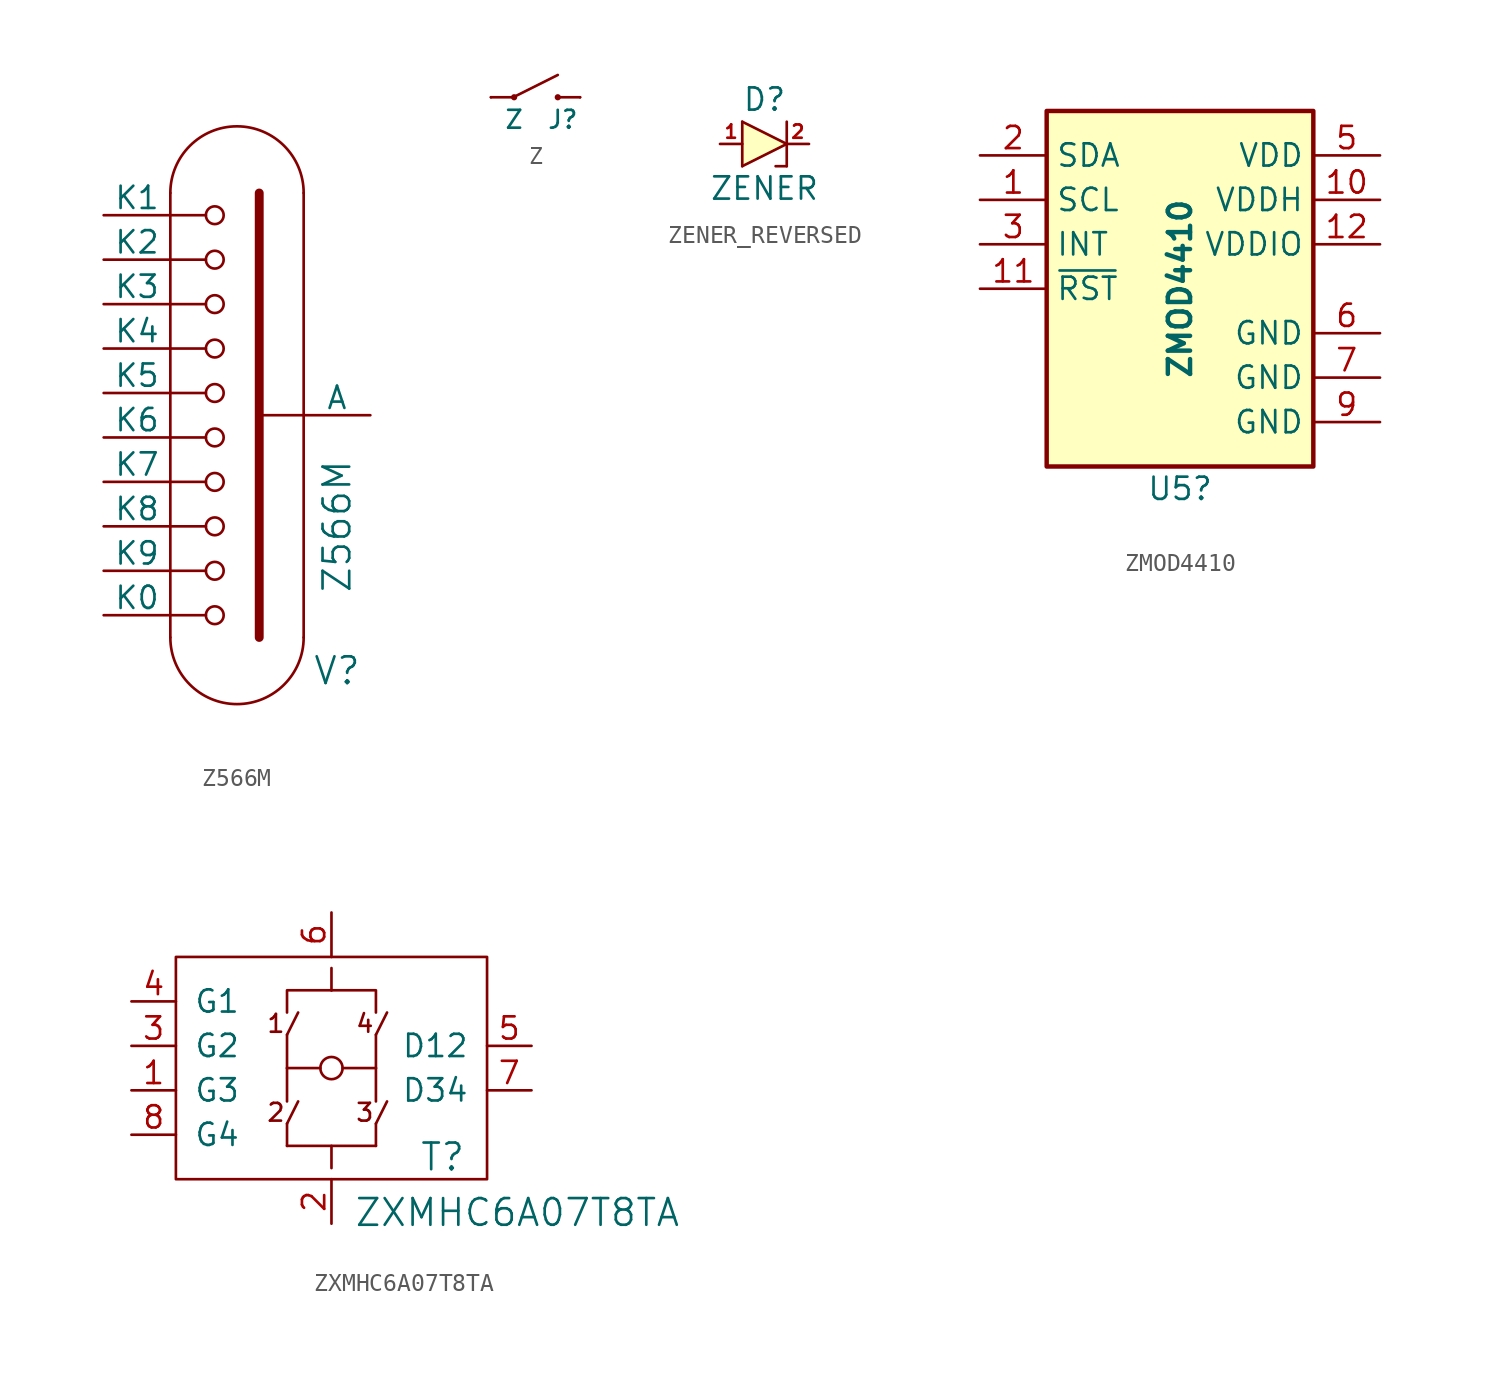
<source format=kicad_sym>
(kicad_symbol_lib
  (version 20231120)
  (generator "kicad_symbol_editor")
  (generator_version "8.0")
  (symbol "Z566M"
    (pin_numbers hide)
    (pin_names
      (offset 0))
    (property "Reference" "V"
      (at 5.715 -14.605 0)
      (effects (font (size 1.524 1.524))))
    (property "Value" "Z566M"
      (at 5.715 -6.35 90)
      (effects (font (size 1.524 1.524))))
    (property "Footprint" ""
      (at 0 0 0)
      (effects (font (size 1.524 1.524))))
    (property "Datasheet" ""
      (at 0 0 0)
      (effects (font (size 1.524 1.524))))
    (symbol "Z566M_0_1"
      (arc (start -3.81 -12.7) (mid 0 -16.4934) (end 3.81 -12.7) (stroke (width 0) (type default)) (fill (type none)))
      (circle (center -1.27 -11.43) (radius 0.508) (stroke (width 0) (type default)) (fill (type none)))
      (circle (center -1.27 -8.89) (radius 0.508) (stroke (width 0) (type default)) (fill (type none)))
      (circle (center -1.27 -6.35) (radius 0.508) (stroke (width 0) (type default)) (fill (type none)))
      (circle (center -1.27 -3.81) (radius 0.508) (stroke (width 0) (type default)) (fill (type none)))
      (circle (center -1.27 -1.27) (radius 0.508) (stroke (width 0) (type default)) (fill (type none)))
      (circle (center -1.27 1.27) (radius 0.508) (stroke (width 0) (type default)) (fill (type none)))
      (circle (center -1.27 3.81) (radius 0.508) (stroke (width 0) (type default)) (fill (type none)))
      (circle (center -1.27 6.35) (radius 0.508) (stroke (width 0) (type default)) (fill (type none)))
      (circle (center -1.27 8.89) (radius 0.508) (stroke (width 0) (type default)) (fill (type none)))
      (circle (center -1.27 11.43) (radius 0.508) (stroke (width 0) (type default)) (fill (type none)))
      (polyline (pts (xy -3.81 -12.7) (xy -3.81 12.7)) (stroke (width 0) (type default)) (fill (type none)))
      (polyline (pts (xy -1.778 -11.43) (xy -3.81 -11.43)) (stroke (width 0) (type default)) (fill (type none)))
      (polyline (pts (xy -1.778 -8.89) (xy -3.81 -8.89)) (stroke (width 0) (type default)) (fill (type none)))
      (polyline (pts (xy -1.778 -6.35) (xy -3.81 -6.35)) (stroke (width 0) (type default)) (fill (type none)))
      (polyline (pts (xy -1.778 -3.81) (xy -3.81 -3.81)) (stroke (width 0) (type default)) (fill (type none)))
      (polyline (pts (xy -1.778 -1.27) (xy -3.81 -1.27)) (stroke (width 0) (type default)) (fill (type none)))
      (polyline (pts (xy -1.778 1.27) (xy -3.81 1.27)) (stroke (width 0) (type default)) (fill (type none)))
      (polyline (pts (xy -1.778 3.81) (xy -3.81 3.81)) (stroke (width 0) (type default)) (fill (type none)))
      (polyline (pts (xy -1.778 6.35) (xy -3.81 6.35)) (stroke (width 0) (type default)) (fill (type none)))
      (polyline (pts (xy -1.778 8.89) (xy -3.81 8.89)) (stroke (width 0) (type default)) (fill (type none)))
      (polyline (pts (xy -1.778 11.43) (xy -3.81 11.43)) (stroke (width 0) (type default)) (fill (type none)))
      (polyline (pts (xy 1.27 12.7) (xy 1.27 -12.7)) (stroke (width 0.508) (type default)) (fill (type none)))
      (polyline (pts (xy 3.81 0) (xy 1.27 0)) (stroke (width 0) (type default)) (fill (type none)))
      (polyline (pts (xy 3.81 12.7) (xy 3.81 -12.7)) (stroke (width 0) (type default)) (fill (type none)))
      (arc (start 3.81 12.7) (mid 0 16.4934) (end -3.81 12.7) (stroke (width 0) (type default)) (fill (type none))))
    (symbol "Z566M_1_1"
      (pin passive line (at -7.62 1.27 0) (length 3.81) (name "K5" (effects (font (size 1.27 1.27)))) (number "10" (effects (font (size 1.27 1.27)))))
      (pin passive line (at -7.62 3.81 0) (length 3.81) (name "K4" (effects (font (size 1.27 1.27)))) (number "11" (effects (font (size 1.27 1.27)))))
      (pin passive line (at -7.62 6.35 0) (length 3.81) (name "K3" (effects (font (size 1.27 1.27)))) (number "12" (effects (font (size 1.27 1.27)))))
      (pin passive line (at -7.62 8.89 0) (length 3.81) (name "K2" (effects (font (size 1.27 1.27)))) (number "13" (effects (font (size 1.27 1.27)))))
      (pin passive line (at 7.62 0 180) (length 3.81) (name "A" (effects (font (size 1.27 1.27)))) (number "2" (effects (font (size 1.27 1.27)))))
      (pin passive line (at -7.62 11.43 0) (length 3.81) (name "K1" (effects (font (size 1.27 1.27)))) (number "3" (effects (font (size 1.27 1.27)))))
      (pin passive line (at -7.62 -11.43 0) (length 3.81) (name "K0" (effects (font (size 1.27 1.27)))) (number "4" (effects (font (size 1.27 1.27)))))
      (pin passive line (at -7.62 -8.89 0) (length 3.81) (name "K9" (effects (font (size 1.27 1.27)))) (number "5" (effects (font (size 1.27 1.27)))))
      (pin passive line (at -7.62 -6.35 0) (length 3.81) (name "K8" (effects (font (size 1.27 1.27)))) (number "6" (effects (font (size 1.27 1.27)))))
      (pin passive line (at -7.62 -3.81 0) (length 3.81) (name "K7" (effects (font (size 1.27 1.27)))) (number "7" (effects (font (size 1.27 1.27)))))
      (pin passive line (at -7.62 -1.27 0) (length 3.81) (name "K6" (effects (font (size 1.27 1.27)))) (number "9" (effects (font (size 1.27 1.27)))))))
  (symbol "Z"
    (pin_numbers hide)
    (pin_names
      (offset 0) hide)
    (property "Reference" "J"
      (at 0.635 -1.27 0)
      (effects (font (size 1.016 1.016)) (justify left)))
    (property "Value" "Z"
      (at -0.635 -1.27 0)
      (effects (font (size 1.016 1.016)) (justify right)))
    (property "Datasheet" ""
      (at 0 0 0)
      (effects (font (size 1.524 1.524))))
    (symbol "Z_0_1"
      (circle (center -1.219 0) (radius 0.102) (stroke (width 0) (type default)) (fill (type outline)))
      (polyline (pts (xy -1.27 0) (xy -2.54 0) (xy -2.54 0)) (stroke (width 0) (type default)) (fill (type none)))
      (polyline (pts (xy -1.27 0) (xy 1.27 1.27) (xy 1.27 1.27)) (stroke (width 0) (type default)) (fill (type none)))
      (polyline (pts (xy 2.54 0) (xy 1.27 0) (xy 1.27 0)) (stroke (width 0) (type default)) (fill (type none)))
      (circle (center 1.27 0) (radius 0.102) (stroke (width 0) (type default)) (fill (type outline))))
    (symbol "Z_1_1"
      (pin passive line (at 2.54 0 180) (length 0) (name "~" (effects (font (size 1.016 1.016)))) (number "1" (effects (font (size 1.016 1.016)))))
      (pin passive line (at -2.54 0 0) (length 0) (name "~" (effects (font (size 1.016 1.016)))) (number "2" (effects (font (size 1.016 1.016)))))))
  (symbol "ZENER_REVERSED"
    (pin_names
      (offset 1.016) hide)
    (property "Reference" "D"
      (at 0 2.54 0)
      (effects (font (size 1.27 1.27))))
    (property "Value" "ZENER"
      (at 0 -2.54 0)
      (effects (font (size 1.27 1.27))))
    (property "Datasheet" ""
      (at 0 0 0)
      (effects (font (size 1.524 1.524))))
    (symbol "ZENER_REVERSED_0_1"
      (polyline (pts (xy 1.27 1.27) (xy 1.27 -1.27)) (stroke (width 0) (type default)) (fill (type none)))
      (polyline (pts (xy -1.27 1.27) (xy -1.27 -1.27) (xy -1.27 -1.27)) (stroke (width 0) (type default)) (fill (type none)))
      (polyline (pts (xy -1.27 1.27) (xy 1.27 0) (xy -1.27 -1.27)) (stroke (width 0) (type default)) (fill (type background)))
      (polyline (pts (xy 1.27 -1.27) (xy 0.635 -1.27) (xy 0.635 -1.27)) (stroke (width 0) (type default)) (fill (type none))))
    (symbol "ZENER_REVERSED_1_1"
      (pin passive line (at -2.54 0 0) (length 1.27) (name "A" (effects (font (size 1.016 1.016)))) (number "1" (effects (font (size 0.762 0.762)))))
      (pin passive line (at 2.54 0 180) (length 1.27) (name "K" (effects (font (size 1.016 1.016)))) (number "2" (effects (font (size 0.762 0.762)))))))
  (symbol "ZMOD4410"
    (property "Reference" "U5"
      (at 0 -11.43 0)
      (effects (font (size 1.27 1.27))))
    (property "Value" "ZMOD4410"
      (at 0 0 90)
      (effects (font (size 1.27 1.27) (bold yes))))
    (property "Link" ""
      (at 0 0 0)
      (effects (font (size 1.27 1.27))))
    (symbol "ZMOD4410_1_1"
      (rectangle (start -7.62 10.16) (end 7.62 -10.16) (stroke (width 0.254) (type default)) (fill (type background)))
      (pin passive line (at -11.43 5.08 0) (length 3.81) (name "SCL" (effects (font (size 1.27 1.27)))) (number "1" (effects (font (size 1.27 1.27)))))
      (pin passive line (at 11.43 5.08 180) (length 3.81) (name "VDDH" (effects (font (size 1.27 1.27)))) (number "10" (effects (font (size 1.27 1.27)))))
      (pin passive line (at -11.43 0 0) (length 3.81) (name "~{RST}" (effects (font (size 1.27 1.27)))) (number "11" (effects (font (size 1.27 1.27)))))
      (pin passive line (at 11.43 2.54 180) (length 3.81) (name "VDDIO" (effects (font (size 1.27 1.27)))) (number "12" (effects (font (size 1.27 1.27)))))
      (pin passive line (at -11.43 7.62 0) (length 3.81) (name "SDA" (effects (font (size 1.27 1.27)))) (number "2" (effects (font (size 1.27 1.27)))))
      (pin passive line (at -11.43 2.54 0) (length 3.81) (name "INT" (effects (font (size 1.27 1.27)))) (number "3" (effects (font (size 1.27 1.27)))))
      (pin no_connect line (at -10.16 -5.08 0) (length 2.54) hide (name "NC" (effects (font (size 1.27 1.27)))) (number "4" (effects (font (size 1.27 1.27)))))
      (pin passive line (at 11.43 7.62 180) (length 3.81) (name "VDD" (effects (font (size 1.27 1.27)))) (number "5" (effects (font (size 1.27 1.27)))))
      (pin passive line (at 11.43 -2.54 180) (length 3.81) (name "GND" (effects (font (size 1.27 1.27)))) (number "6" (effects (font (size 1.27 1.27)))))
      (pin passive line (at 11.43 -5.08 180) (length 3.81) (name "GND" (effects (font (size 1.27 1.27)))) (number "7" (effects (font (size 1.27 1.27)))))
      (pin no_connect line (at -10.16 -7.62 0) (length 2.54) hide (name "NC" (effects (font (size 1.27 1.27)))) (number "8" (effects (font (size 1.27 1.27)))))
      (pin passive line (at 11.43 -7.62 180) (length 3.81) (name "GND" (effects (font (size 1.27 1.27)))) (number "9" (effects (font (size 1.27 1.27)))))))
  (symbol "ZXMHC6A07T8TA"
    (pin_names
      (offset 1.016))
    (property "Reference" "T"
      (at 6.35 -5.08 0)
      (effects (font (size 1.524 1.524))))
    (property "Value" "ZXMHC6A07T8TA"
      (at 1.27 -8.255 0)
      (effects (font (size 1.524 1.524)) (justify left)))
    (symbol "ZXMHC6A07T8TA_0_0"
      (polyline (pts (xy -0.635 0) (xy -2.54 0)) (stroke (width 0) (type default)) (fill (type none)))
      (polyline (pts (xy 2.54 0) (xy 0.635 0)) (stroke (width 0) (type default)) (fill (type none)))
      (circle (center 0 0) (radius 0.635) (stroke (width 0) (type default)) (fill (type none)))
      (text "1" (at -3.175 2.54 0) (effects (font (size 1.016 1.016))))
      (text "2" (at -3.175 -2.54 0) (effects (font (size 1.016 1.016))))
      (text "3" (at 1.905 -2.54 0) (effects (font (size 1.016 1.016))))
      (text "4" (at 1.905 2.54 0) (effects (font (size 1.016 1.016)))))
    (symbol "ZXMHC6A07T8TA_0_1"
      (rectangle (start -8.89 6.35) (end 8.89 -6.35) (stroke (width 0) (type default)) (fill (type none)))
      (rectangle (start -2.54 -4.445) (end 2.54 -4.445) (stroke (width 0) (type default)) (fill (type none)))
      (rectangle (start -2.54 -3.175) (end -2.54 -4.445) (stroke (width 0) (type default)) (fill (type none)))
      (polyline (pts (xy -2.54 -3.175) (xy -1.905 -1.905)) (stroke (width 0) (type default)) (fill (type none)))
      (polyline (pts (xy -2.54 -1.905) (xy -2.54 0)) (stroke (width 0) (type default)) (fill (type none)))
      (polyline (pts (xy -2.54 0) (xy -2.54 1.905)) (stroke (width 0) (type default)) (fill (type none)))
      (polyline (pts (xy -2.54 1.905) (xy -1.905 3.175)) (stroke (width 0) (type default)) (fill (type none)))
      (polyline (pts (xy 0 -4.445) (xy 0 -5.715)) (stroke (width 0) (type default)) (fill (type none)))
      (polyline (pts (xy 0 5.715) (xy 0 4.445)) (stroke (width 0) (type default)) (fill (type none)))
      (polyline (pts (xy 2.54 0) (xy 2.54 -1.905)) (stroke (width 0) (type default)) (fill (type none)))
      (polyline (pts (xy 2.54 1.905) (xy 2.54 0)) (stroke (width 0) (type default)) (fill (type none)))
      (polyline (pts (xy 2.54 1.905) (xy 3.175 3.175)) (stroke (width 0) (type default)) (fill (type none)))
      (polyline (pts (xy 3.175 -1.905) (xy 2.54 -3.175)) (stroke (width 0) (type default)) (fill (type none)))
      (polyline (pts (xy -2.54 3.175) (xy -2.54 4.445) (xy 0 4.445)) (stroke (width 0) (type default)) (fill (type none)))
      (polyline (pts (xy 2.54 3.175) (xy 2.54 4.445) (xy 0 4.445)) (stroke (width 0) (type default)) (fill (type none)))
      (rectangle (start 2.54 -3.175) (end 2.54 -4.445) (stroke (width 0) (type default)) (fill (type none))))
    (symbol "ZXMHC6A07T8TA_1_1"
      (pin passive line (at -11.43 -1.27 0) (length 2.54) (name "G3" (effects (font (size 1.27 1.27)))) (number "1" (effects (font (size 1.27 1.27)))))
      (pin power_in line (at 0 -8.89 90) (length 2.54) (name "~" (effects (font (size 1.27 1.27)))) (number "2" (effects (font (size 1.27 1.27)))))
      (pin passive line (at -11.43 1.27 0) (length 2.54) (name "G2" (effects (font (size 1.27 1.27)))) (number "3" (effects (font (size 1.27 1.27)))))
      (pin passive line (at -11.43 3.81 0) (length 2.54) (name "G1" (effects (font (size 1.27 1.27)))) (number "4" (effects (font (size 1.27 1.27)))))
      (pin passive line (at 11.43 1.27 180) (length 2.54) (name "D12" (effects (font (size 1.27 1.27)))) (number "5" (effects (font (size 1.27 1.27)))))
      (pin power_in line (at 0 8.89 270) (length 2.54) (name "~" (effects (font (size 1.27 1.27)))) (number "6" (effects (font (size 1.27 1.27)))))
      (pin passive line (at 11.43 -1.27 180) (length 2.54) (name "D34" (effects (font (size 1.27 1.27)))) (number "7" (effects (font (size 1.27 1.27)))))
      (pin passive line (at -11.43 -3.81 0) (length 2.54) (name "G4" (effects (font (size 1.27 1.27)))) (number "8" (effects (font (size 1.27 1.27))))))))
</source>
